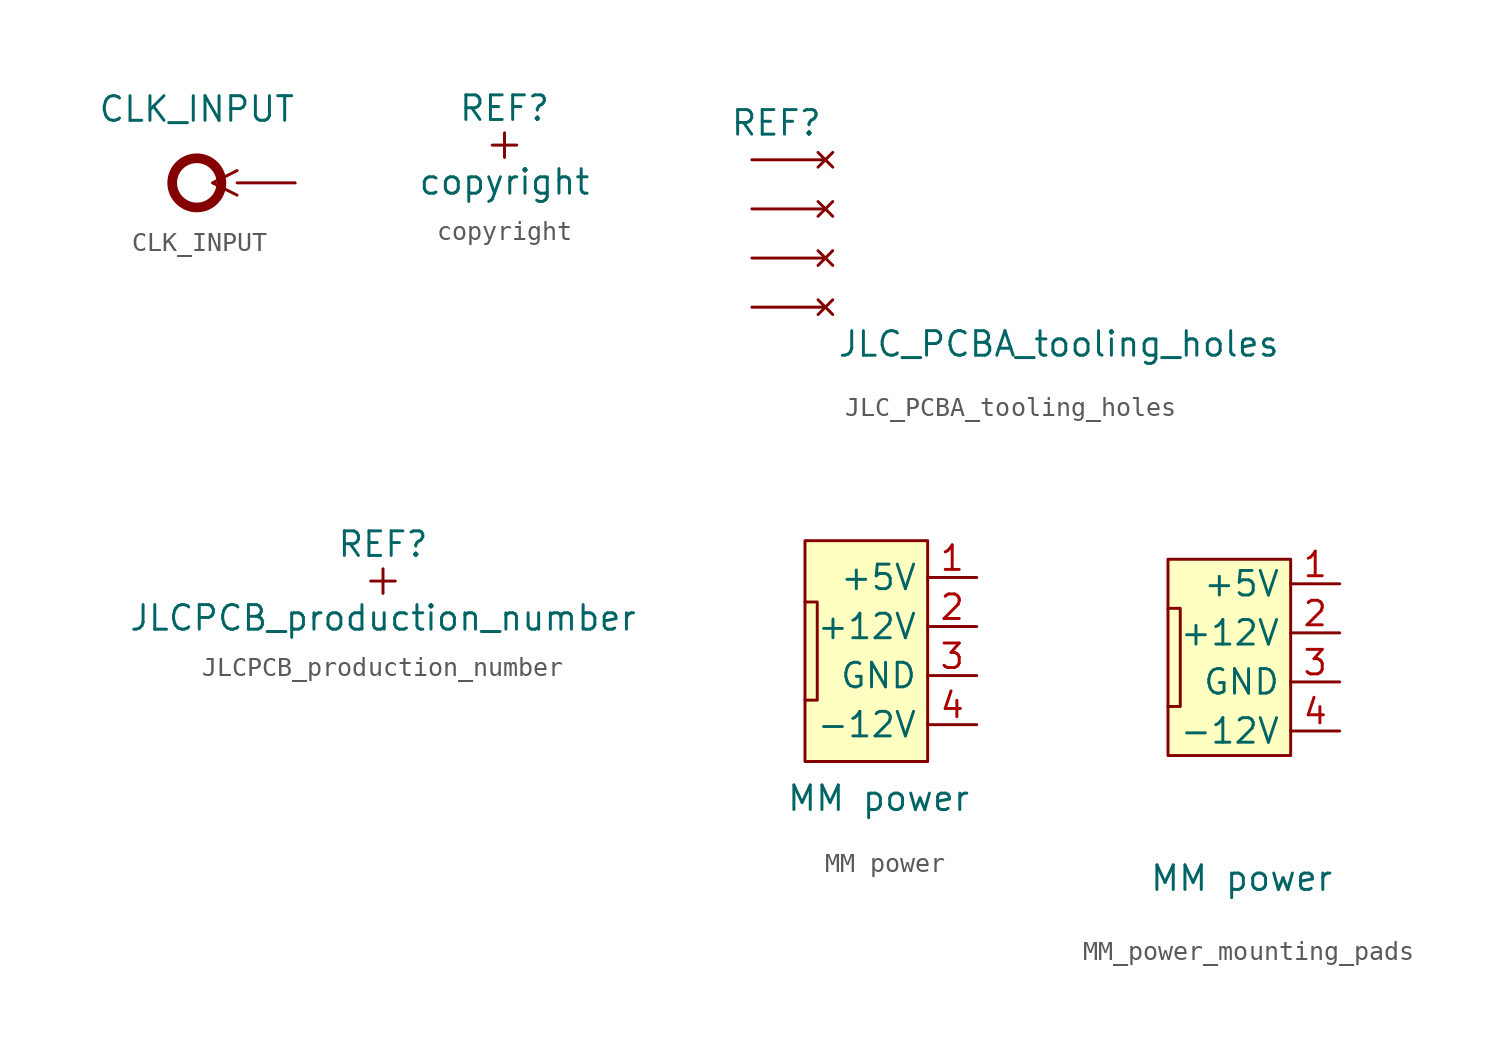
<source format=kicad_sym>
(kicad_symbol_lib
  (version 20220914)
  (generator kicad_symbol_editor)
  (symbol "CLK_INPUT"
    (pin_numbers hide)
    (pin_names
      (offset 1.016) hide)
    (property "Reference" "J"
      (at 0 2.54 0)
      (effects (font (size 1.27 1.27)) hide))
    (property "Value" "CLK_INPUT"
      (at 0 3.81 0)
      (effects (font (size 1.27 1.27))))
    (symbol "CLK_INPUT_0_1"
      (circle (center 0 0) (radius 1.27) (stroke (width 0.5) (type default)) (fill (type none))))
    (symbol "CLK_INPUT_1_1"
      (pin input clock (at 5.08 0 180) (length 3) (name "Pin_1" (effects (font (size 1.27 1.27)))) (number "1" (effects (font (size 1.27 1.27)))))))
  (symbol "copyright"
    (pin_numbers hide)
    (pin_names
      (offset 0) hide)
    (property "Reference" "REF"
      (at 0 1.905 0)
      (effects (font (size 1.27 1.27))))
    (property "Value" "copyright"
      (at 0 -1.905 0)
      (effects (font (size 1.27 1.27))))
    (symbol "copyright_0_1"
      (polyline (pts (xy -0.635 0) (xy 0.635 0)) (stroke (width 0) (type default)) (fill (type none)))
      (polyline (pts (xy 0 0.635) (xy 0 -0.635)) (stroke (width 0) (type default)) (fill (type none)))))
  (symbol "JLC_PCBA_tooling_holes"
    (pin_numbers hide)
    (pin_names
      (offset 0) hide)
    (property "Reference" "REF"
      (at 1.27 5.715 0)
      (effects (font (size 1.27 1.27))))
    (property "Value" "JLC_PCBA_tooling_holes"
      (at 15.875 -5.715 0)
      (effects (font (size 1.27 1.27))))
    (symbol "JLC_PCBA_tooling_holes_1_1"
      (pin no_connect line (at 3.81 -3.81 180) (length 3.8) (name "" (effects (font (size 1.27 1.27)))) (number "" (effects (font (size 1.27 1.27)))))
      (pin no_connect line (at 3.81 -1.27 180) (length 3.8) (name "" (effects (font (size 1.27 1.27)))) (number "" (effects (font (size 1.27 1.27)))))
      (pin no_connect line (at 3.81 1.27 180) (length 3.8) (name "" (effects (font (size 1.27 1.27)))) (number "" (effects (font (size 1.27 1.27)))))
      (pin no_connect line (at 3.81 3.81 180) (length 3.8) (name "" (effects (font (size 1.27 1.27)))) (number "" (effects (font (size 1.27 1.27)))))))
  (symbol "JLCPCB_production_number"
    (pin_numbers hide)
    (pin_names
      (offset 0) hide)
    (property "Reference" "REF"
      (at 0 1.905 0)
      (effects (font (size 1.27 1.27))))
    (property "Value" "JLCPCB_production_number"
      (at 0 -1.905 0)
      (effects (font (size 1.27 1.27))))
    (symbol "JLCPCB_production_number_0_1"
      (polyline (pts (xy -0.635 0) (xy 0.635 0)) (stroke (width 0) (type default)) (fill (type none)))
      (polyline (pts (xy 0 0.635) (xy 0 -0.635)) (stroke (width 0) (type default)) (fill (type none)))))
  (symbol "MM power"
    (property "Reference" "J"
      (at -1.27 7.62 0)
      (effects (font (size 1.27 1.27)) hide))
    (property "Value" "MM power"
      (at -2.54 -7.62 0)
      (effects (font (size 1.27 1.27))))
    (symbol "MM power_0_1"
      (rectangle (start -6.35 5.715) (end 0 -5.715) (stroke (width 0) (type default)) (fill (type background)))
      (polyline (pts (xy -6.35 2.54) (xy -5.715 2.54) (xy -5.715 -2.54) (xy -6.35 -2.54)) (stroke (width 0) (type default)) (fill (type none))))
    (symbol "MM power_1_1"
      (pin power_out line (at 2.54 3.81 180) (length 2.54) (name "+5V" (effects (font (size 1.27 1.27)))) (number "1" (effects (font (size 1.27 1.27)))))
      (pin power_out line (at 2.54 1.27 180) (length 2.54) (name "+12V" (effects (font (size 1.27 1.27)))) (number "2" (effects (font (size 1.27 1.27)))))
      (pin power_out line (at 2.54 -1.27 180) (length 2.54) (name "GND" (effects (font (size 1.27 1.27)))) (number "3" (effects (font (size 1.27 1.27)))))
      (pin power_out line (at 2.54 -3.81 180) (length 2.54) (name "-12V" (effects (font (size 1.27 1.27)))) (number "4" (effects (font (size 1.27 1.27)))))))
  (symbol "MM_power_mounting_pads"
    (property "Reference" "J"
      (at -1.27 8.89 0)
      (effects (font (size 1.27 1.27)) hide))
    (property "Value" "MM power"
      (at -2.54 -11.43 0)
      (effects (font (size 1.27 1.27))))
    (symbol "MM_power_mounting_pads_0_1"
      (rectangle (start -6.35 5.08) (end 0 -5.08) (stroke (width 0) (type default)) (fill (type background)))
      (polyline (pts (xy -6.35 2.54) (xy -5.715 2.54) (xy -5.715 -2.54) (xy -6.35 -2.54)) (stroke (width 0) (type default)) (fill (type none))))
    (symbol "MM_power_mounting_pads_1_1"
      (pin power_out line (at 2.54 3.81 180) (length 2.54) (name "+5V" (effects (font (size 1.27 1.27)))) (number "1" (effects (font (size 1.27 1.27)))))
      (pin power_out line (at 2.54 1.27 180) (length 2.54) (name "+12V" (effects (font (size 1.27 1.27)))) (number "2" (effects (font (size 1.27 1.27)))))
      (pin power_out line (at 2.54 -1.27 180) (length 2.54) (name "GND" (effects (font (size 1.27 1.27)))) (number "3" (effects (font (size 1.27 1.27)))))
      (pin power_out line (at 2.54 -3.81 180) (length 2.54) (name "-12V" (effects (font (size 1.27 1.27)))) (number "4" (effects (font (size 1.27 1.27)))))
      (pin bidirectional line (at 2.54 3.81 180) (length 2.54) hide (name "MP1" (effects (font (size 1.27 1.27)))) (number "5" (effects (font (size 1.27 1.27))))))))
</source>
